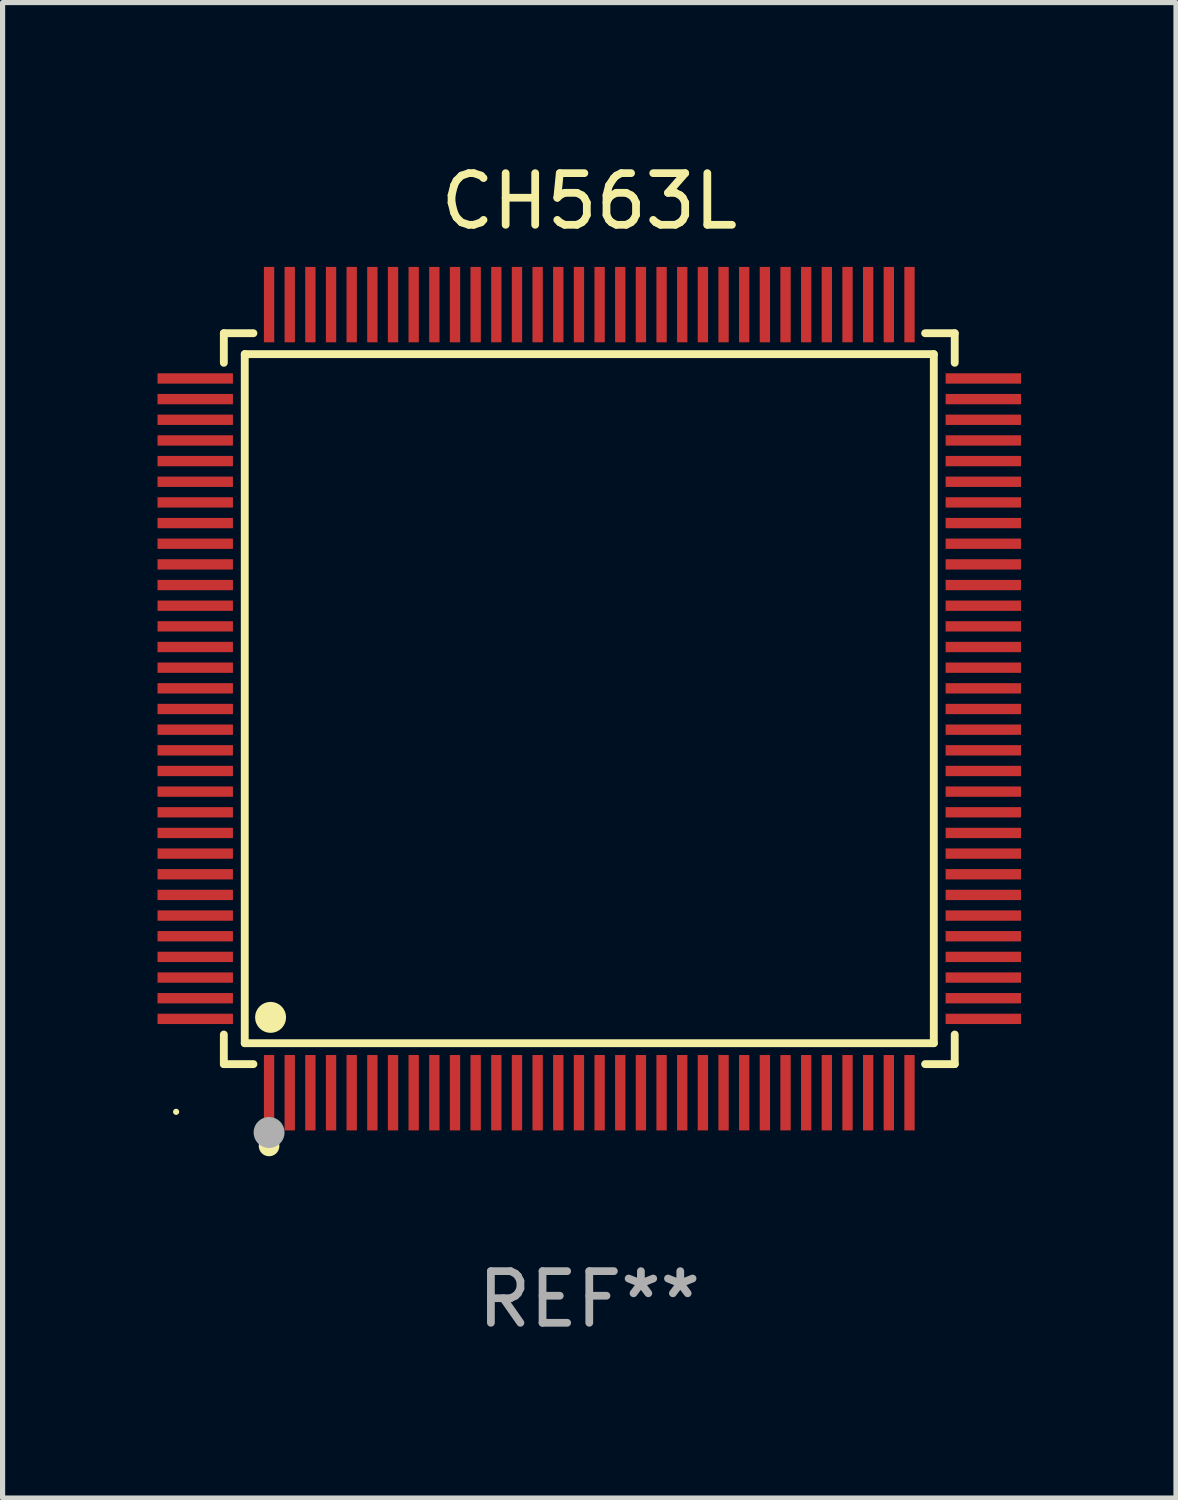
<source format=kicad_pcb>
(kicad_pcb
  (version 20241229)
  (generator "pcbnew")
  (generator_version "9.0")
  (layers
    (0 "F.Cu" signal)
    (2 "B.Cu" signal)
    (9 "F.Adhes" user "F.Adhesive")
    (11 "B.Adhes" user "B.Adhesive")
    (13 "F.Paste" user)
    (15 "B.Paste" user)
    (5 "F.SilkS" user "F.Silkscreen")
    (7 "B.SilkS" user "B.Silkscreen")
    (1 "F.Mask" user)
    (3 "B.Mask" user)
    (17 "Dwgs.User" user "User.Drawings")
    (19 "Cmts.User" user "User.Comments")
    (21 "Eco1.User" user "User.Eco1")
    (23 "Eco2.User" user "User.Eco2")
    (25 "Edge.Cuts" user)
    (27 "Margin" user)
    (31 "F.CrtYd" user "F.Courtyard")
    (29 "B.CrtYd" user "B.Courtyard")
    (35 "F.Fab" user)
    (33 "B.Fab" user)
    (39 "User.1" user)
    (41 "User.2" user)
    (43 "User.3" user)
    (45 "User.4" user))
  (footprint "CH563L"
    (layer "F.Cu")
    (at 8.36 10.478)
    (property "Reference" "CH563L" (at 0 -9.63 0) (layer "F.SilkS") (effects (font (size 1 1) (thickness 0.15))))
    (attr through_hole)
    (fp_line (start -7.076 -7.076) (end -6.503 -7.076) (stroke (width 0.152) (type solid)) (layer "F.SilkS"))
    (fp_line (start -7.076 -6.503) (end -7.076 -7.076) (stroke (width 0.152) (type solid)) (layer "F.SilkS"))
    (fp_line (start -7.076 6.503) (end -7.076 7.076) (stroke (width 0.152) (type solid)) (layer "F.SilkS"))
    (fp_line (start -7.076 7.076) (end -6.503 7.076) (stroke (width 0.152) (type solid)) (layer "F.SilkS"))
    (fp_line (start -6.671 -6.671) (end 6.671 -6.671) (stroke (width 0.152) (type solid)) (layer "F.SilkS"))
    (fp_line (start -6.671 6.671) (end -6.671 -6.671) (stroke (width 0.152) (type solid)) (layer "F.SilkS"))
    (fp_line (start 6.671 -6.671) (end 6.671 6.671) (stroke (width 0.152) (type solid)) (layer "F.SilkS"))
    (fp_line (start 6.671 6.671) (end -6.671 6.671) (stroke (width 0.152) (type solid)) (layer "F.SilkS"))
    (fp_line (start 7.076 -7.076) (end 6.503 -7.076) (stroke (width 0.152) (type solid)) (layer "F.SilkS"))
    (fp_line (start 7.076 -6.503) (end 7.076 -7.076) (stroke (width 0.152) (type solid)) (layer "F.SilkS"))
    (fp_line (start 7.076 6.503) (end 7.076 7.076) (stroke (width 0.152) (type solid)) (layer "F.SilkS"))
    (fp_line (start 7.076 7.076) (end 6.503 7.076) (stroke (width 0.152) (type solid)) (layer "F.SilkS"))
    (fp_circle (center -8 8) (end -7.97 8) (stroke (width 0.06) (type solid)) (fill no) (layer "F.SilkS"))
    (fp_circle (center -6.2 8.66) (end -6.1 8.66) (stroke (width 0.2) (type solid)) (fill no) (layer "F.SilkS"))
    (fp_circle (center -6.171 6.171) (end -6.021 6.171) (stroke (width 0.3) (type solid)) (fill no) (layer "F.SilkS"))
    (fp_circle (center -6.2 8.4) (end -6.05 8.4) (stroke (width 0.3) (type solid)) (fill no) (layer "F.Fab"))
    (fp_text user "REF**" (at 0 11.63 0) (layer "F.Fab") (effects (font (size 1 1) (thickness 0.15))))
    (pad "1" smd rect (at -6.2 7.63) (size 0.2 1.46) (layers "F.Cu" "F.Mask" "F.Paste"))
    (pad "2" smd rect (at -5.8 7.63) (size 0.2 1.46) (layers "F.Cu" "F.Mask" "F.Paste"))
    (pad "3" smd rect (at -5.4 7.63) (size 0.2 1.46) (layers "F.Cu" "F.Mask" "F.Paste"))
    (pad "4" smd rect (at -5 7.63) (size 0.2 1.46) (layers "F.Cu" "F.Mask" "F.Paste"))
    (pad "5" smd rect (at -4.6 7.63) (size 0.2 1.46) (layers "F.Cu" "F.Mask" "F.Paste"))
    (pad "6" smd rect (at -4.2 7.63) (size 0.2 1.46) (layers "F.Cu" "F.Mask" "F.Paste"))
    (pad "7" smd rect (at -3.8 7.63) (size 0.2 1.46) (layers "F.Cu" "F.Mask" "F.Paste"))
    (pad "8" smd rect (at -3.4 7.63) (size 0.2 1.46) (layers "F.Cu" "F.Mask" "F.Paste"))
    (pad "9" smd rect (at -3 7.63) (size 0.2 1.46) (layers "F.Cu" "F.Mask" "F.Paste"))
    (pad "10" smd rect (at -2.6 7.63) (size 0.2 1.46) (layers "F.Cu" "F.Mask" "F.Paste"))
    (pad "11" smd rect (at -2.2 7.63) (size 0.2 1.46) (layers "F.Cu" "F.Mask" "F.Paste"))
    (pad "12" smd rect (at -1.8 7.63) (size 0.2 1.46) (layers "F.Cu" "F.Mask" "F.Paste"))
    (pad "13" smd rect (at -1.4 7.63) (size 0.2 1.46) (layers "F.Cu" "F.Mask" "F.Paste"))
    (pad "14" smd rect (at -1 7.63) (size 0.2 1.46) (layers "F.Cu" "F.Mask" "F.Paste"))
    (pad "15" smd rect (at -0.6 7.63) (size 0.2 1.46) (layers "F.Cu" "F.Mask" "F.Paste"))
    (pad "16" smd rect (at -0.2 7.63) (size 0.2 1.46) (layers "F.Cu" "F.Mask" "F.Paste"))
    (pad "17" smd rect (at 0.2 7.63) (size 0.2 1.46) (layers "F.Cu" "F.Mask" "F.Paste"))
    (pad "18" smd rect (at 0.6 7.63) (size 0.2 1.46) (layers "F.Cu" "F.Mask" "F.Paste"))
    (pad "19" smd rect (at 1 7.63) (size 0.2 1.46) (layers "F.Cu" "F.Mask" "F.Paste"))
    (pad "20" smd rect (at 1.4 7.63) (size 0.2 1.46) (layers "F.Cu" "F.Mask" "F.Paste"))
    (pad "21" smd rect (at 1.8 7.63) (size 0.2 1.46) (layers "F.Cu" "F.Mask" "F.Paste"))
    (pad "22" smd rect (at 2.2 7.63) (size 0.2 1.46) (layers "F.Cu" "F.Mask" "F.Paste"))
    (pad "23" smd rect (at 2.6 7.63) (size 0.2 1.46) (layers "F.Cu" "F.Mask" "F.Paste"))
    (pad "24" smd rect (at 3 7.63) (size 0.2 1.46) (layers "F.Cu" "F.Mask" "F.Paste"))
    (pad "25" smd rect (at 3.4 7.63) (size 0.2 1.46) (layers "F.Cu" "F.Mask" "F.Paste"))
    (pad "26" smd rect (at 3.8 7.63) (size 0.2 1.46) (layers "F.Cu" "F.Mask" "F.Paste"))
    (pad "27" smd rect (at 4.2 7.63) (size 0.2 1.46) (layers "F.Cu" "F.Mask" "F.Paste"))
    (pad "28" smd rect (at 4.6 7.63) (size 0.2 1.46) (layers "F.Cu" "F.Mask" "F.Paste"))
    (pad "29" smd rect (at 5 7.63) (size 0.2 1.46) (layers "F.Cu" "F.Mask" "F.Paste"))
    (pad "30" smd rect (at 5.4 7.63) (size 0.2 1.46) (layers "F.Cu" "F.Mask" "F.Paste"))
    (pad "31" smd rect (at 5.8 7.63) (size 0.2 1.46) (layers "F.Cu" "F.Mask" "F.Paste"))
    (pad "32" smd rect (at 6.2 7.63) (size 0.2 1.46) (layers "F.Cu" "F.Mask" "F.Paste"))
    (pad "33" smd rect (at 7.63 6.2) (size 1.46 0.2) (layers "F.Cu" "F.Mask" "F.Paste"))
    (pad "34" smd rect (at 7.63 5.8) (size 1.46 0.2) (layers "F.Cu" "F.Mask" "F.Paste"))
    (pad "35" smd rect (at 7.63 5.4) (size 1.46 0.2) (layers "F.Cu" "F.Mask" "F.Paste"))
    (pad "36" smd rect (at 7.63 5) (size 1.46 0.2) (layers "F.Cu" "F.Mask" "F.Paste"))
    (pad "37" smd rect (at 7.63 4.6) (size 1.46 0.2) (layers "F.Cu" "F.Mask" "F.Paste"))
    (pad "38" smd rect (at 7.63 4.2) (size 1.46 0.2) (layers "F.Cu" "F.Mask" "F.Paste"))
    (pad "39" smd rect (at 7.63 3.8) (size 1.46 0.2) (layers "F.Cu" "F.Mask" "F.Paste"))
    (pad "40" smd rect (at 7.63 3.4) (size 1.46 0.2) (layers "F.Cu" "F.Mask" "F.Paste"))
    (pad "41" smd rect (at 7.63 3) (size 1.46 0.2) (layers "F.Cu" "F.Mask" "F.Paste"))
    (pad "42" smd rect (at 7.63 2.6) (size 1.46 0.2) (layers "F.Cu" "F.Mask" "F.Paste"))
    (pad "43" smd rect (at 7.63 2.2) (size 1.46 0.2) (layers "F.Cu" "F.Mask" "F.Paste"))
    (pad "44" smd rect (at 7.63 1.8) (size 1.46 0.2) (layers "F.Cu" "F.Mask" "F.Paste"))
    (pad "45" smd rect (at 7.63 1.4) (size 1.46 0.2) (layers "F.Cu" "F.Mask" "F.Paste"))
    (pad "46" smd rect (at 7.63 1) (size 1.46 0.2) (layers "F.Cu" "F.Mask" "F.Paste"))
    (pad "47" smd rect (at 7.63 0.6) (size 1.46 0.2) (layers "F.Cu" "F.Mask" "F.Paste"))
    (pad "48" smd rect (at 7.63 0.2) (size 1.46 0.2) (layers "F.Cu" "F.Mask" "F.Paste"))
    (pad "49" smd rect (at 7.63 -0.2) (size 1.46 0.2) (layers "F.Cu" "F.Mask" "F.Paste"))
    (pad "50" smd rect (at 7.63 -0.6) (size 1.46 0.2) (layers "F.Cu" "F.Mask" "F.Paste"))
    (pad "51" smd rect (at 7.63 -1) (size 1.46 0.2) (layers "F.Cu" "F.Mask" "F.Paste"))
    (pad "52" smd rect (at 7.63 -1.4) (size 1.46 0.2) (layers "F.Cu" "F.Mask" "F.Paste"))
    (pad "53" smd rect (at 7.63 -1.8) (size 1.46 0.2) (layers "F.Cu" "F.Mask" "F.Paste"))
    (pad "54" smd rect (at 7.63 -2.2) (size 1.46 0.2) (layers "F.Cu" "F.Mask" "F.Paste"))
    (pad "55" smd rect (at 7.63 -2.6) (size 1.46 0.2) (layers "F.Cu" "F.Mask" "F.Paste"))
    (pad "56" smd rect (at 7.63 -3) (size 1.46 0.2) (layers "F.Cu" "F.Mask" "F.Paste"))
    (pad "57" smd rect (at 7.63 -3.4) (size 1.46 0.2) (layers "F.Cu" "F.Mask" "F.Paste"))
    (pad "58" smd rect (at 7.63 -3.8) (size 1.46 0.2) (layers "F.Cu" "F.Mask" "F.Paste"))
    (pad "59" smd rect (at 7.63 -4.2) (size 1.46 0.2) (layers "F.Cu" "F.Mask" "F.Paste"))
    (pad "60" smd rect (at 7.63 -4.6) (size 1.46 0.2) (layers "F.Cu" "F.Mask" "F.Paste"))
    (pad "61" smd rect (at 7.63 -5) (size 1.46 0.2) (layers "F.Cu" "F.Mask" "F.Paste"))
    (pad "62" smd rect (at 7.63 -5.4) (size 1.46 0.2) (layers "F.Cu" "F.Mask" "F.Paste"))
    (pad "63" smd rect (at 7.63 -5.8) (size 1.46 0.2) (layers "F.Cu" "F.Mask" "F.Paste"))
    (pad "64" smd rect (at 7.63 -6.2) (size 1.46 0.2) (layers "F.Cu" "F.Mask" "F.Paste"))
    (pad "65" smd rect (at 6.2 -7.63) (size 0.2 1.46) (layers "F.Cu" "F.Mask" "F.Paste"))
    (pad "66" smd rect (at 5.8 -7.63) (size 0.2 1.46) (layers "F.Cu" "F.Mask" "F.Paste"))
    (pad "67" smd rect (at 5.4 -7.63) (size 0.2 1.46) (layers "F.Cu" "F.Mask" "F.Paste"))
    (pad "68" smd rect (at 5 -7.63) (size 0.2 1.46) (layers "F.Cu" "F.Mask" "F.Paste"))
    (pad "69" smd rect (at 4.6 -7.63) (size 0.2 1.46) (layers "F.Cu" "F.Mask" "F.Paste"))
    (pad "70" smd rect (at 4.2 -7.63) (size 0.2 1.46) (layers "F.Cu" "F.Mask" "F.Paste"))
    (pad "71" smd rect (at 3.8 -7.63) (size 0.2 1.46) (layers "F.Cu" "F.Mask" "F.Paste"))
    (pad "72" smd rect (at 3.4 -7.63) (size 0.2 1.46) (layers "F.Cu" "F.Mask" "F.Paste"))
    (pad "73" smd rect (at 3 -7.63) (size 0.2 1.46) (layers "F.Cu" "F.Mask" "F.Paste"))
    (pad "74" smd rect (at 2.6 -7.63) (size 0.2 1.46) (layers "F.Cu" "F.Mask" "F.Paste"))
    (pad "75" smd rect (at 2.2 -7.63) (size 0.2 1.46) (layers "F.Cu" "F.Mask" "F.Paste"))
    (pad "76" smd rect (at 1.8 -7.63) (size 0.2 1.46) (layers "F.Cu" "F.Mask" "F.Paste"))
    (pad "77" smd rect (at 1.4 -7.63) (size 0.2 1.46) (layers "F.Cu" "F.Mask" "F.Paste"))
    (pad "78" smd rect (at 1 -7.63) (size 0.2 1.46) (layers "F.Cu" "F.Mask" "F.Paste"))
    (pad "79" smd rect (at 0.6 -7.63) (size 0.2 1.46) (layers "F.Cu" "F.Mask" "F.Paste"))
    (pad "80" smd rect (at 0.2 -7.63) (size 0.2 1.46) (layers "F.Cu" "F.Mask" "F.Paste"))
    (pad "81" smd rect (at -0.2 -7.63) (size 0.2 1.46) (layers "F.Cu" "F.Mask" "F.Paste"))
    (pad "82" smd rect (at -0.6 -7.63) (size 0.2 1.46) (layers "F.Cu" "F.Mask" "F.Paste"))
    (pad "83" smd rect (at -1 -7.63) (size 0.2 1.46) (layers "F.Cu" "F.Mask" "F.Paste"))
    (pad "84" smd rect (at -1.4 -7.63) (size 0.2 1.46) (layers "F.Cu" "F.Mask" "F.Paste"))
    (pad "85" smd rect (at -1.8 -7.63) (size 0.2 1.46) (layers "F.Cu" "F.Mask" "F.Paste"))
    (pad "86" smd rect (at -2.2 -7.63) (size 0.2 1.46) (layers "F.Cu" "F.Mask" "F.Paste"))
    (pad "87" smd rect (at -2.6 -7.63) (size 0.2 1.46) (layers "F.Cu" "F.Mask" "F.Paste"))
    (pad "88" smd rect (at -3 -7.63) (size 0.2 1.46) (layers "F.Cu" "F.Mask" "F.Paste"))
    (pad "89" smd rect (at -3.4 -7.63) (size 0.2 1.46) (layers "F.Cu" "F.Mask" "F.Paste"))
    (pad "90" smd rect (at -3.8 -7.63) (size 0.2 1.46) (layers "F.Cu" "F.Mask" "F.Paste"))
    (pad "91" smd rect (at -4.2 -7.63) (size 0.2 1.46) (layers "F.Cu" "F.Mask" "F.Paste"))
    (pad "92" smd rect (at -4.6 -7.63) (size 0.2 1.46) (layers "F.Cu" "F.Mask" "F.Paste"))
    (pad "93" smd rect (at -5 -7.63) (size 0.2 1.46) (layers "F.Cu" "F.Mask" "F.Paste"))
    (pad "94" smd rect (at -5.4 -7.63) (size 0.2 1.46) (layers "F.Cu" "F.Mask" "F.Paste"))
    (pad "95" smd rect (at -5.8 -7.63) (size 0.2 1.46) (layers "F.Cu" "F.Mask" "F.Paste"))
    (pad "96" smd rect (at -6.2 -7.63) (size 0.2 1.46) (layers "F.Cu" "F.Mask" "F.Paste"))
    (pad "97" smd rect (at -7.63 -6.2) (size 1.46 0.2) (layers "F.Cu" "F.Mask" "F.Paste"))
    (pad "98" smd rect (at -7.63 -5.8) (size 1.46 0.2) (layers "F.Cu" "F.Mask" "F.Paste"))
    (pad "99" smd rect (at -7.63 -5.4) (size 1.46 0.2) (layers "F.Cu" "F.Mask" "F.Paste"))
    (pad "100" smd rect (at -7.63 -5) (size 1.46 0.2) (layers "F.Cu" "F.Mask" "F.Paste"))
    (pad "101" smd rect (at -7.63 -4.6) (size 1.46 0.2) (layers "F.Cu" "F.Mask" "F.Paste"))
    (pad "102" smd rect (at -7.63 -4.2) (size 1.46 0.2) (layers "F.Cu" "F.Mask" "F.Paste"))
    (pad "103" smd rect (at -7.63 -3.8) (size 1.46 0.2) (layers "F.Cu" "F.Mask" "F.Paste"))
    (pad "104" smd rect (at -7.63 -3.4) (size 1.46 0.2) (layers "F.Cu" "F.Mask" "F.Paste"))
    (pad "105" smd rect (at -7.63 -3) (size 1.46 0.2) (layers "F.Cu" "F.Mask" "F.Paste"))
    (pad "106" smd rect (at -7.63 -2.6) (size 1.46 0.2) (layers "F.Cu" "F.Mask" "F.Paste"))
    (pad "107" smd rect (at -7.63 -2.2) (size 1.46 0.2) (layers "F.Cu" "F.Mask" "F.Paste"))
    (pad "108" smd rect (at -7.63 -1.8) (size 1.46 0.2) (layers "F.Cu" "F.Mask" "F.Paste"))
    (pad "109" smd rect (at -7.63 -1.4) (size 1.46 0.2) (layers "F.Cu" "F.Mask" "F.Paste"))
    (pad "110" smd rect (at -7.63 -1) (size 1.46 0.2) (layers "F.Cu" "F.Mask" "F.Paste"))
    (pad "111" smd rect (at -7.63 -0.6) (size 1.46 0.2) (layers "F.Cu" "F.Mask" "F.Paste"))
    (pad "112" smd rect (at -7.63 -0.2) (size 1.46 0.2) (layers "F.Cu" "F.Mask" "F.Paste"))
    (pad "113" smd rect (at -7.63 0.2) (size 1.46 0.2) (layers "F.Cu" "F.Mask" "F.Paste"))
    (pad "114" smd rect (at -7.63 0.6) (size 1.46 0.2) (layers "F.Cu" "F.Mask" "F.Paste"))
    (pad "115" smd rect (at -7.63 1) (size 1.46 0.2) (layers "F.Cu" "F.Mask" "F.Paste"))
    (pad "116" smd rect (at -7.63 1.4) (size 1.46 0.2) (layers "F.Cu" "F.Mask" "F.Paste"))
    (pad "117" smd rect (at -7.63 1.8) (size 1.46 0.2) (layers "F.Cu" "F.Mask" "F.Paste"))
    (pad "118" smd rect (at -7.63 2.2) (size 1.46 0.2) (layers "F.Cu" "F.Mask" "F.Paste"))
    (pad "119" smd rect (at -7.63 2.6) (size 1.46 0.2) (layers "F.Cu" "F.Mask" "F.Paste"))
    (pad "120" smd rect (at -7.63 3) (size 1.46 0.2) (layers "F.Cu" "F.Mask" "F.Paste"))
    (pad "121" smd rect (at -7.63 3.4) (size 1.46 0.2) (layers "F.Cu" "F.Mask" "F.Paste"))
    (pad "122" smd rect (at -7.63 3.8) (size 1.46 0.2) (layers "F.Cu" "F.Mask" "F.Paste"))
    (pad "123" smd rect (at -7.63 4.2) (size 1.46 0.2) (layers "F.Cu" "F.Mask" "F.Paste"))
    (pad "124" smd rect (at -7.63 4.6) (size 1.46 0.2) (layers "F.Cu" "F.Mask" "F.Paste"))
    (pad "125" smd rect (at -7.63 5) (size 1.46 0.2) (layers "F.Cu" "F.Mask" "F.Paste"))
    (pad "126" smd rect (at -7.63 5.4) (size 1.46 0.2) (layers "F.Cu" "F.Mask" "F.Paste"))
    (pad "127" smd rect (at -7.63 5.8) (size 1.46 0.2) (layers "F.Cu" "F.Mask" "F.Paste"))
    (pad "128" smd rect (at -7.63 6.2) (size 1.46 0.2) (layers "F.Cu" "F.Mask" "F.Paste")))
  (gr_rect
    (start -3 -3)
    (end 19.72 25.956)
    (stroke (width 0.1) (type default))
    (fill no)
    (layer "Edge.Cuts")))
</source>
